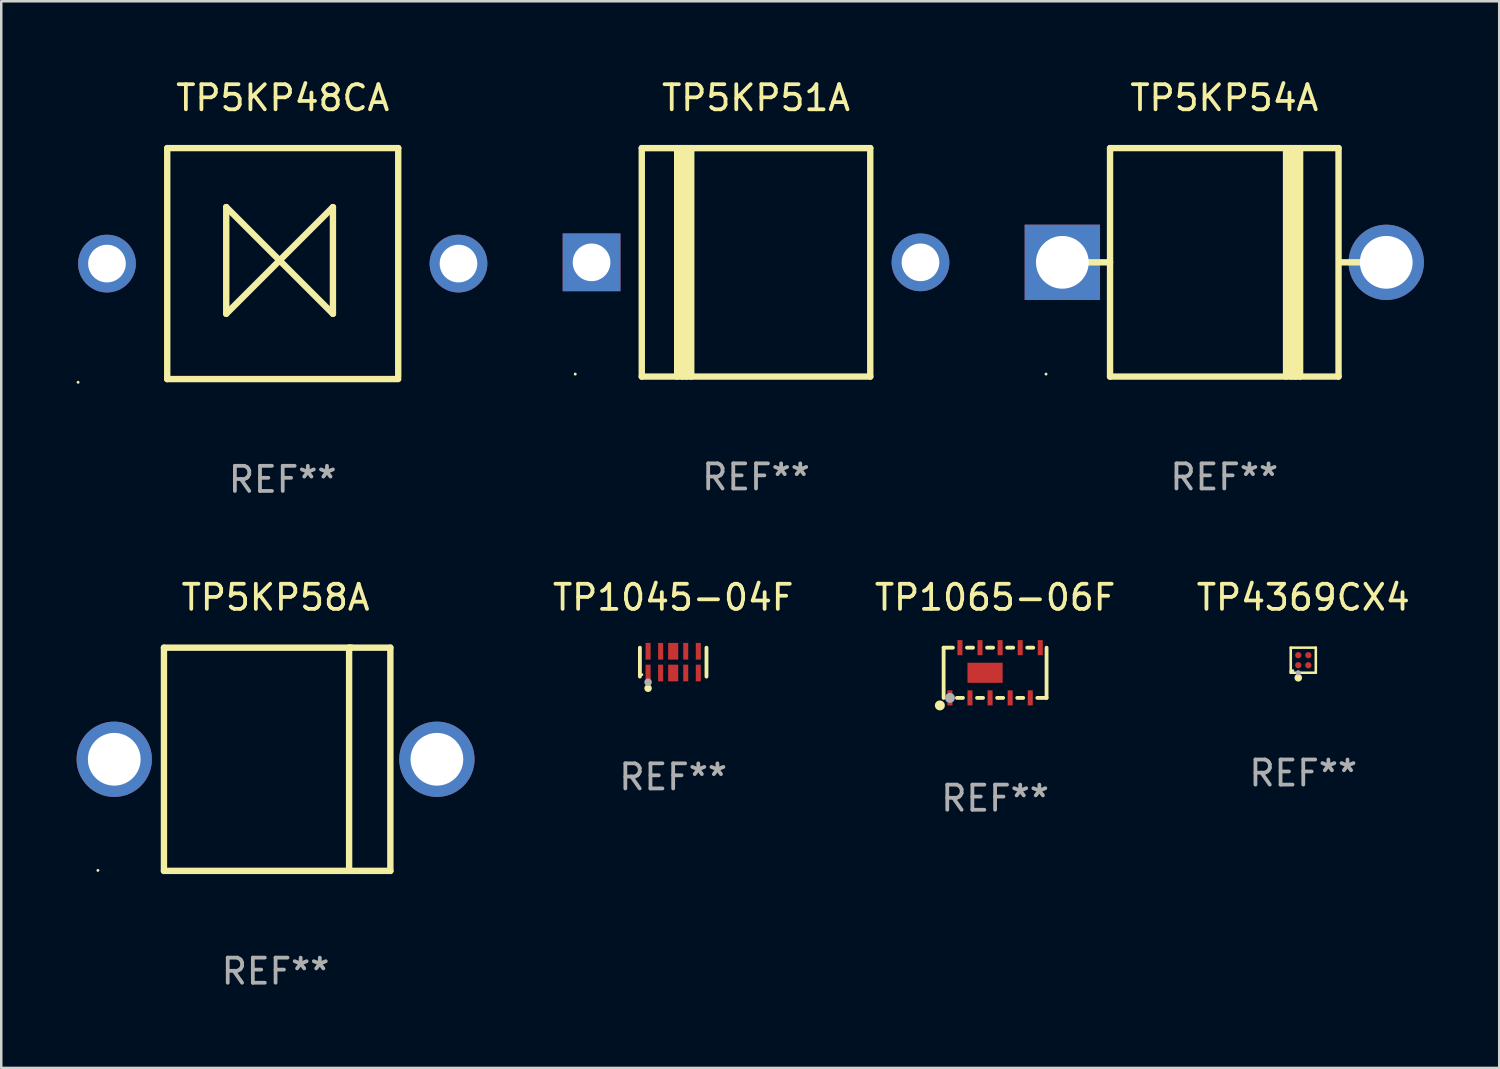
<source format=kicad_pcb>
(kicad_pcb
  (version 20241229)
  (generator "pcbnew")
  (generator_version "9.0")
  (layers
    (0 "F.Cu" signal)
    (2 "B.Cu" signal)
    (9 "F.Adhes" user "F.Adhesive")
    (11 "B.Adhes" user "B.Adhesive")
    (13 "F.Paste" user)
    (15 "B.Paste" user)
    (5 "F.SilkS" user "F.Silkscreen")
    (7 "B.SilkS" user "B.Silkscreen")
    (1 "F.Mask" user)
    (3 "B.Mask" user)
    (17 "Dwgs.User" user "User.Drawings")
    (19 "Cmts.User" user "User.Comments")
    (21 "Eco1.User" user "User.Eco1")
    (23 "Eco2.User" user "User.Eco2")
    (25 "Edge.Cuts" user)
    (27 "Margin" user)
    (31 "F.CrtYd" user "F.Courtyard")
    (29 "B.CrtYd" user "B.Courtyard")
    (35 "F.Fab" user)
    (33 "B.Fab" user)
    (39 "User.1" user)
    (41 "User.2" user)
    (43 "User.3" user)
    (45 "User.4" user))
  (footprint "TP5KP48CA"
    (layer "F.Cu")
    (at 8.21 7.448)
    (property "Reference" "TP5KP48CA" (at 0 -6.6 0) (layer "F.SilkS") (effects (font (size 1 1) (thickness 0.15))))
    (attr through_hole)
    (fp_line (start -4.6 -4.6) (end -4.6 4.6) (stroke (width 0.254) (type solid)) (layer "F.SilkS"))
    (fp_line (start -4.6 -4.6) (end 4.6 -4.6) (stroke (width 0.254) (type solid)) (layer "F.SilkS"))
    (fp_line (start -4.6 4.6) (end 4.6 4.6) (stroke (width 0.254) (type solid)) (layer "F.SilkS"))
    (fp_line (start -2.25 -2.25) (end -2.25 2) (stroke (width 0.254) (type solid)) (layer "F.SilkS"))
    (fp_line (start -2.25 2) (end 2 -2.25) (stroke (width 0.254) (type solid)) (layer "F.SilkS"))
    (fp_line (start 2 -2.25) (end 2 2) (stroke (width 0.254) (type solid)) (layer "F.SilkS"))
    (fp_line (start 2 2) (end -2.25 -2.25) (stroke (width 0.254) (type solid)) (layer "F.SilkS"))
    (fp_line (start 4.6 -4.6) (end 4.6 4.5) (stroke (width 0.254) (type solid)) (layer "F.SilkS"))
    (fp_circle (center -8.15 4.727) (end -8.12 4.727) (stroke (width 0.06) (type solid)) (fill no) (layer "F.SilkS"))
    (fp_text user "REF**" (at 0 8.6 0) (layer "F.Fab") (effects (font (size 1 1) (thickness 0.15))))
    (pad "1" thru_hole circle (at -7 0) (size 2.3 2.3) (drill 1.5) (layers "*.Cu" "*.Mask"))
    (pad "2" thru_hole circle (at 7 0) (size 2.3 2.3) (drill 1.5) (layers "*.Cu" "*.Mask")))
  (footprint "TP5KP51A"
    (layer "F.Cu")
    (at 27.06 7.399)
    (property "Reference" "TP5KP51A" (at 0 -6.551 0) (layer "F.SilkS") (effects (font (size 1 1) (thickness 0.15))))
    (attr through_hole)
    (fp_line (start -4.55 -4.55) (end -4.55 4.55) (stroke (width 0.254) (type solid)) (layer "F.SilkS"))
    (fp_line (start -4.55 -4.55) (end 4.55 -4.55) (stroke (width 0.254) (type solid)) (layer "F.SilkS"))
    (fp_line (start -3.14 4.55) (end -3.14 -4.551) (stroke (width 0.254) (type solid)) (layer "F.SilkS"))
    (fp_line (start -2.93 4.55) (end -2.93 -4.551) (stroke (width 0.254) (type solid)) (layer "F.SilkS"))
    (fp_line (start -2.759 4.551) (end -2.759 -4.55) (stroke (width 0.254) (type solid)) (layer "F.SilkS"))
    (fp_line (start -2.58 4.55) (end -2.58 -4.551) (stroke (width 0.254) (type solid)) (layer "F.SilkS"))
    (fp_line (start 4.55 4.55) (end 4.55 -4.55) (stroke (width 0.254) (type solid)) (layer "F.SilkS"))
    (fp_line (start 4.55 4.549) (end -4.55 4.549) (stroke (width 0.254) (type solid)) (layer "F.SilkS"))
    (fp_circle (center -7.2 4.45) (end -7.17 4.45) (stroke (width 0.06) (type solid)) (fill no) (layer "F.SilkS"))
    (fp_text user "REF**" (at 0 8.551 0) (layer "F.Fab") (effects (font (size 1 1) (thickness 0.15))))
    (pad "1" thru_hole rect (at -6.55 -0.000483 180) (size 2.3 2.3) (drill 1.5) (layers "*.Cu" "*.Mask"))
    (pad "2" thru_hole circle (at 6.55 -0.000483) (size 2.3 2.3) (drill 1.5) (layers "*.Cu" "*.Mask")))
  (footprint "TP1065-06F"
    (layer "F.Cu")
    (at 36.582 23.745)
    (property "Reference" "TP1065-06F" (at 0 -3 0) (layer "F.SilkS") (effects (font (size 1 1) (thickness 0.15))))
    (attr through_hole)
    (fp_line (start -2.05 -1) (end -1.68 -1) (stroke (width 0.152) (type solid)) (layer "F.SilkS"))
    (fp_line (start -2.05 1) (end -2.05 -1) (stroke (width 0.152) (type solid)) (layer "F.SilkS"))
    (fp_line (start -1.28 1) (end -1.52 1) (stroke (width 0.152) (type solid)) (layer "F.SilkS"))
    (fp_line (start -1.12 -1) (end -0.88 -1) (stroke (width 0.152) (type solid)) (layer "F.SilkS"))
    (fp_line (start -0.48 1) (end -0.72 1) (stroke (width 0.152) (type solid)) (layer "F.SilkS"))
    (fp_line (start -0.32 -1) (end -0.08 -1) (stroke (width 0.152) (type solid)) (layer "F.SilkS"))
    (fp_line (start 0.32 1) (end 0.08 1) (stroke (width 0.152) (type solid)) (layer "F.SilkS"))
    (fp_line (start 0.48 -1) (end 0.72 -1) (stroke (width 0.152) (type solid)) (layer "F.SilkS"))
    (fp_line (start 1.12 1) (end 0.88 1) (stroke (width 0.152) (type solid)) (layer "F.SilkS"))
    (fp_line (start 1.28 -1) (end 1.52 -1) (stroke (width 0.152) (type solid)) (layer "F.SilkS"))
    (fp_line (start 2.05 -1) (end 2.05 1) (stroke (width 0.152) (type solid)) (layer "F.SilkS"))
    (fp_line (start 2.05 1) (end 1.68 1) (stroke (width 0.152) (type solid)) (layer "F.SilkS"))
    (fp_circle (center -2.2 1.3) (end -2.1 1.3) (stroke (width 0.2) (type solid)) (fill no) (layer "F.SilkS"))
    (fp_circle (center -2.05 1) (end -2.02 1) (stroke (width 0.06) (type solid)) (fill no) (layer "F.SilkS"))
    (fp_circle (center -1.8 1) (end -1.7 1) (stroke (width 0.2) (type solid)) (fill no) (layer "F.Fab"))
    (fp_text user "REF**" (at 0 5 0) (layer "F.Fab") (effects (font (size 1 1) (thickness 0.15))))
    (pad "1" smd rect (at -1.8 1) (size 0.2 0.6) (layers "F.Cu" "F.Mask" "F.Paste"))
    (pad "2" smd rect (at -1 1) (size 0.2 0.6) (layers "F.Cu" "F.Mask" "F.Paste"))
    (pad "3" smd rect (at -0.2 1) (size 0.2 0.6) (layers "F.Cu" "F.Mask" "F.Paste"))
    (pad "4" smd rect (at 0.6 1) (size 0.2 0.6) (layers "F.Cu" "F.Mask" "F.Paste"))
    (pad "5" smd rect (at 1.4 1) (size 0.2 0.6) (layers "F.Cu" "F.Mask" "F.Paste"))
    (pad "6" smd rect (at 1.8 -1) (size 0.2 0.6) (layers "F.Cu" "F.Mask" "F.Paste"))
    (pad "7" smd rect (at 1 -1) (size 0.2 0.6) (layers "F.Cu" "F.Mask" "F.Paste"))
    (pad "8" smd rect (at 0.2 -1) (size 0.2 0.6) (layers "F.Cu" "F.Mask" "F.Paste"))
    (pad "9" smd rect (at -0.6 -1) (size 0.2 0.6) (layers "F.Cu" "F.Mask" "F.Paste"))
    (pad "10" smd rect (at -1.4 -1) (size 0.2 0.6) (layers "F.Cu" "F.Mask" "F.Paste"))
    (pad "11" smd rect (at -0.4 -0.000025) (size 1.4 0.8) (layers "F.Cu" "F.Mask" "F.Paste")))
  (footprint "TP1045-04F"
    (layer "F.Cu")
    (at 23.761 23.321)
    (property "Reference" "TP1045-04F" (at 0 -2.576 0) (layer "F.SilkS") (effects (font (size 1 1) (thickness 0.15))))
    (attr through_hole)
    (fp_line (start -1.326 0.576) (end -1.326 -0.576) (stroke (width 0.152) (type solid)) (layer "F.SilkS"))
    (fp_line (start 1.326 0.576) (end 1.326 -0.576) (stroke (width 0.152) (type solid)) (layer "F.SilkS"))
    (fp_circle (center -1.25 0.5) (end -1.22 0.5) (stroke (width 0.06) (type solid)) (fill no) (layer "F.SilkS"))
    (fp_circle (center -1 1.04) (end -0.925 1.04) (stroke (width 0.15) (type solid)) (fill no) (layer "F.SilkS"))
    (fp_circle (center -1 0.8) (end -0.925 0.8) (stroke (width 0.15) (type solid)) (fill no) (layer "F.Fab"))
    (fp_text user "REF**" (at 0 4.576 0) (layer "F.Fab") (effects (font (size 1 1) (thickness 0.15))))
    (pad "1" smd rect (at -1 0.433) (size 0.2 0.665) (layers "F.Cu" "F.Mask" "F.Paste"))
    (pad "2" smd rect (at -0.5 0.433) (size 0.2 0.665) (layers "F.Cu" "F.Mask" "F.Paste"))
    (pad "3" smd rect (at 0 0.433) (size 0.4 0.665) (layers "F.Cu" "F.Mask" "F.Paste"))
    (pad "4" smd rect (at 0.5 0.433) (size 0.2 0.665) (layers "F.Cu" "F.Mask" "F.Paste"))
    (pad "5" smd rect (at 1 0.433) (size 0.2 0.665) (layers "F.Cu" "F.Mask" "F.Paste"))
    (pad "6" smd rect (at 1 -0.433) (size 0.2 0.665) (layers "F.Cu" "F.Mask" "F.Paste"))
    (pad "7" smd rect (at 0.5 -0.433) (size 0.2 0.665) (layers "F.Cu" "F.Mask" "F.Paste"))
    (pad "8" smd rect (at 0 -0.433) (size 0.4 0.665) (layers "F.Cu" "F.Mask" "F.Paste"))
    (pad "9" smd rect (at -0.5 -0.433) (size 0.2 0.665) (layers "F.Cu" "F.Mask" "F.Paste"))
    (pad "10" smd rect (at -1 -0.433) (size 0.2 0.665) (layers "F.Cu" "F.Mask" "F.Paste")))
  (footprint "TP4369CX4"
    (layer "F.Cu")
    (at 48.856 23.244)
    (property "Reference" "TP4369CX4" (at 0 -2.5 0) (layer "F.SilkS") (effects (font (size 1 1) (thickness 0.15))))
    (attr through_hole)
    (fp_line (start -0.499 0.5) (end -0.499 0.44) (stroke (width 0.102) (type solid)) (layer "F.SilkS"))
    (fp_line (start -0.499 -0.5) (end 0.499 -0.5) (stroke (width 0.102) (type solid)) (layer "F.SilkS"))
    (fp_line (start -0.499 0.44) (end -0.499 -0.5) (stroke (width 0.102) (type solid)) (layer "F.SilkS"))
    (fp_line (start -0.44 0.499) (end -0.499 0.499) (stroke (width 0.102) (type solid)) (layer "F.SilkS"))
    (fp_line (start 0.499 -0.5) (end 0.499 0.499) (stroke (width 0.102) (type solid)) (layer "F.SilkS"))
    (fp_line (start 0.499 0.499) (end -0.44 0.499) (stroke (width 0.102) (type solid)) (layer "F.SilkS"))
    (fp_circle (center -0.417 0.417) (end -0.387 0.417) (stroke (width 0.06) (type solid)) (fill no) (layer "F.SilkS"))
    (fp_circle (center -0.2 0.7) (end -0.124 0.7) (stroke (width 0.152) (type solid)) (fill no) (layer "F.SilkS"))
    (fp_circle (center -0.2 0.5) (end -0.148 0.5) (stroke (width 0.102) (type solid)) (fill no) (layer "F.Fab"))
    (fp_text user "REF**" (at 0 4.5 0) (layer "F.Fab") (effects (font (size 1 1) (thickness 0.15))))
    (pad "A1" smd circle (at -0.199 0.2) (size 0.25 0.25) (layers "F.Cu" "F.Mask" "F.Paste"))
    (pad "A2" smd circle (at -0.199 -0.2) (size 0.25 0.25) (layers "F.Cu" "F.Mask" "F.Paste"))
    (pad "B1" smd circle (at 0.201 0.2) (size 0.25 0.25) (layers "F.Cu" "F.Mask" "F.Paste"))
    (pad "B2" smd circle (at 0.201 -0.2) (size 0.25 0.25) (layers "F.Cu" "F.Mask" "F.Paste")))
  (footprint "TP5KP58A"
    (layer "F.Cu")
    (at 7.925 27.19)
    (property "Reference" "TP5KP58A" (at 0 -6.445 0) (layer "F.SilkS") (effects (font (size 1 1) (thickness 0.15))))
    (attr through_hole)
    (fp_line (start -4.445 -4.445) (end -4.445 4.445) (stroke (width 0.254) (type solid)) (layer "F.SilkS"))
    (fp_line (start -4.445 4.445) (end 4.572 4.445) (stroke (width 0.254) (type solid)) (layer "F.SilkS"))
    (fp_line (start 2.929 -4.445) (end 2.929 4.445) (stroke (width 0.254) (type solid)) (layer "F.SilkS"))
    (fp_line (start 3.029 -4.445) (end 2.929 -4.445) (stroke (width 0.254) (type solid)) (layer "F.SilkS"))
    (fp_line (start 4.572 -4.445) (end -4.445 -4.445) (stroke (width 0.254) (type solid)) (layer "F.SilkS"))
    (fp_line (start 4.572 4.445) (end 4.572 -4.445) (stroke (width 0.254) (type solid)) (layer "F.SilkS"))
    (fp_circle (center -7.075 4.425) (end -7.045 4.425) (stroke (width 0.06) (type solid)) (fill no) (layer "F.SilkS"))
    (fp_text user "REF**" (at 0 8.445 0) (layer "F.Fab") (effects (font (size 1 1) (thickness 0.15))))
    (pad "1" thru_hole circle (at -6.425 0) (size 3 3) (drill 2.1) (layers "*.Cu" "*.Mask"))
    (pad "2" thru_hole circle (at 6.425 0) (size 3 3) (drill 2.1) (layers "*.Cu" "*.Mask")))
  (footprint "TP5KP54A"
    (layer "F.Cu")
    (at 45.71 7.399)
    (property "Reference" "TP5KP54A" (at 0 -6.551 0) (layer "F.SilkS") (effects (font (size 1 1) (thickness 0.15))))
    (attr through_hole)
    (fp_line (start -5.6 -0.001) (end -4.55 -0.001) (stroke (width 0.254) (type solid)) (layer "F.SilkS"))
    (fp_line (start -4.55 -4.551) (end -4.55 4.55) (stroke (width 0.254) (type solid)) (layer "F.SilkS"))
    (fp_line (start -4.55 -4.551) (end 4.55 -4.551) (stroke (width 0.254) (type solid)) (layer "F.SilkS"))
    (fp_line (start 2.46 4.55) (end 2.46 -4.551) (stroke (width 0.254) (type solid)) (layer "F.SilkS"))
    (fp_line (start 2.67 4.55) (end 2.67 -4.551) (stroke (width 0.254) (type solid)) (layer "F.SilkS"))
    (fp_line (start 2.841 4.551) (end 2.841 -4.55) (stroke (width 0.254) (type solid)) (layer "F.SilkS"))
    (fp_line (start 3.02 4.55) (end 3.02 -4.551) (stroke (width 0.254) (type solid)) (layer "F.SilkS"))
    (fp_line (start 4.55 4.55) (end 4.55 -4.551) (stroke (width 0.254) (type solid)) (layer "F.SilkS"))
    (fp_line (start 4.55 4.549) (end -4.55 4.549) (stroke (width 0.254) (type solid)) (layer "F.SilkS"))
    (fp_line (start 4.58 -0.001) (end 5.6 -0.001) (stroke (width 0.254) (type solid)) (layer "F.SilkS"))
    (fp_circle (center -7.1 4.449) (end -7.07 4.449) (stroke (width 0.06) (type solid)) (fill no) (layer "F.SilkS"))
    (fp_text user "REF**" (at 0 8.551 0) (layer "F.Fab") (effects (font (size 1 1) (thickness 0.15))))
    (pad "1" thru_hole rect (at -6.45 -0.001 180) (size 3 3) (drill 2.1) (layers "*.Cu" "*.Mask"))
    (pad "2" thru_hole circle (at 6.45 -0.001) (size 3 3) (drill 2.1) (layers "*.Cu" "*.Mask")))
  (gr_rect
    (start -3 -3)
    (end 56.66 39.483)
    (stroke (width 0.1) (type default))
    (fill no)
    (layer "Edge.Cuts")))
</source>
